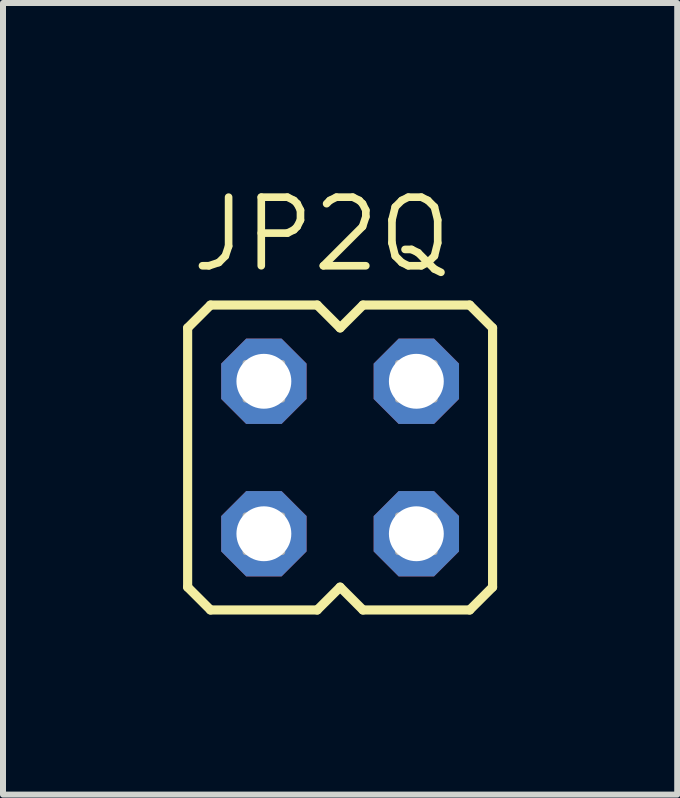
<source format=kicad_pcb>
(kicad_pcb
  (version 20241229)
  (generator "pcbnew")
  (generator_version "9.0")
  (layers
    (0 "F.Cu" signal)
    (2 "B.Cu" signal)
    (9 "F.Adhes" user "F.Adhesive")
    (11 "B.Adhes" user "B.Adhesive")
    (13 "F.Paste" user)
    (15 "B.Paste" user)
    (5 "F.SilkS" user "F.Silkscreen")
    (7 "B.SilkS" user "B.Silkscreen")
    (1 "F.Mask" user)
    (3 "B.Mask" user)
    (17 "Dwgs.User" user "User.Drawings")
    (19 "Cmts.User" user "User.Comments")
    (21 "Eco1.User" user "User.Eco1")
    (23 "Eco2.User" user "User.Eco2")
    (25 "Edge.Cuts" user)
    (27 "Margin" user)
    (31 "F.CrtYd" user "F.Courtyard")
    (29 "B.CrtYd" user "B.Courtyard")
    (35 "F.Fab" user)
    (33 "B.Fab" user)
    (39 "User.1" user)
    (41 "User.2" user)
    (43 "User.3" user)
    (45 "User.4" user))
  (footprint "JP2Q"
    (layer "F.Cu")
    (at 2.616 4.572)
    (property "Reference" "JP2Q" (at -2.54 -3.048 0) (unlocked yes) (layer "F.SilkS") (effects (font (size 1.143 1.143) (thickness 0.127)) (justify left bottom)))
    (fp_line (start -2.54 -2.159) (end -2.159 -2.54) (stroke (width 0.152) (type solid)) (layer "F.SilkS"))
    (fp_line (start -2.54 2.159) (end -2.54 -2.159) (stroke (width 0.152) (type solid)) (layer "F.SilkS"))
    (fp_line (start -2.54 2.159) (end -2.159 2.54) (stroke (width 0.152) (type solid)) (layer "F.SilkS"))
    (fp_line (start -2.159 -2.54) (end -0.381 -2.54) (stroke (width 0.152) (type solid)) (layer "F.SilkS"))
    (fp_line (start -2.159 2.54) (end -0.381 2.54) (stroke (width 0.152) (type solid)) (layer "F.SilkS"))
    (fp_line (start -0.381 -2.54) (end 0 -2.159) (stroke (width 0.152) (type solid)) (layer "F.SilkS"))
    (fp_line (start 0 -2.159) (end 0.381 -2.54) (stroke (width 0.152) (type solid)) (layer "F.SilkS"))
    (fp_line (start 0 2.159) (end -0.381 2.54) (stroke (width 0.152) (type solid)) (layer "F.SilkS"))
    (fp_line (start 0 2.159) (end 0.381 2.54) (stroke (width 0.152) (type solid)) (layer "F.SilkS"))
    (fp_line (start 0.381 -2.54) (end 2.159 -2.54) (stroke (width 0.152) (type solid)) (layer "F.SilkS"))
    (fp_line (start 2.159 2.54) (end 0.381 2.54) (stroke (width 0.152) (type solid)) (layer "F.SilkS"))
    (fp_line (start 2.54 -2.159) (end 2.159 -2.54) (stroke (width 0.152) (type solid)) (layer "F.SilkS"))
    (fp_line (start 2.54 -2.159) (end 2.54 2.159) (stroke (width 0.152) (type solid)) (layer "F.SilkS"))
    (fp_line (start 2.54 2.159) (end 2.159 2.54) (stroke (width 0.152) (type solid)) (layer "F.SilkS"))
    (fp_poly (pts (xy -1.575 -0.965) (xy -0.965 -0.965) (xy -0.965 -1.575) (xy -1.575 -1.575)) (stroke (width 0.1) (type default)) (fill no) (layer "F.Fab"))
    (fp_poly (pts (xy -1.575 1.575) (xy -0.965 1.575) (xy -0.965 0.965) (xy -1.575 0.965)) (stroke (width 0.1) (type default)) (fill no) (layer "F.Fab"))
    (fp_poly (pts (xy 0.965 -0.965) (xy 1.575 -0.965) (xy 1.575 -1.575) (xy 0.965 -1.575)) (stroke (width 0.1) (type default)) (fill no) (layer "F.Fab"))
    (fp_poly (pts (xy 0.965 1.575) (xy 1.575 1.575) (xy 1.575 0.965) (xy 0.965 0.965)) (stroke (width 0.1) (type default)) (fill no) (layer "F.Fab"))
    (pad "1" thru_hole roundrect (at -1.27 1.27) (size 1.422 1.422) (drill 0.914) (layers "*.Cu" "*.Mask") (roundrect_rratio 0.25) (chamfer_ratio 0.293) (chamfer top_left top_right bottom_left bottom_right))
    (pad "2" thru_hole roundrect (at 1.27 1.27) (size 1.422 1.422) (drill 0.914) (layers "*.Cu" "*.Mask") (roundrect_rratio 0.25) (chamfer_ratio 0.293) (chamfer top_left top_right bottom_left bottom_right))
    (pad "3" thru_hole roundrect (at -1.27 -1.27) (size 1.422 1.422) (drill 0.914) (layers "*.Cu" "*.Mask") (roundrect_rratio 0.25) (chamfer_ratio 0.293) (chamfer top_left top_right bottom_left bottom_right))
    (pad "4" thru_hole roundrect (at 1.27 -1.27) (size 1.422 1.422) (drill 0.914) (layers "*.Cu" "*.Mask") (roundrect_rratio 0.25) (chamfer_ratio 0.293) (chamfer top_left top_right bottom_left bottom_right)))
  (gr_rect
    (start -3 -3)
    (end 8.232 10.188)
    (stroke (width 0.1) (type default))
    (fill no)
    (layer "Edge.Cuts")))
</source>
